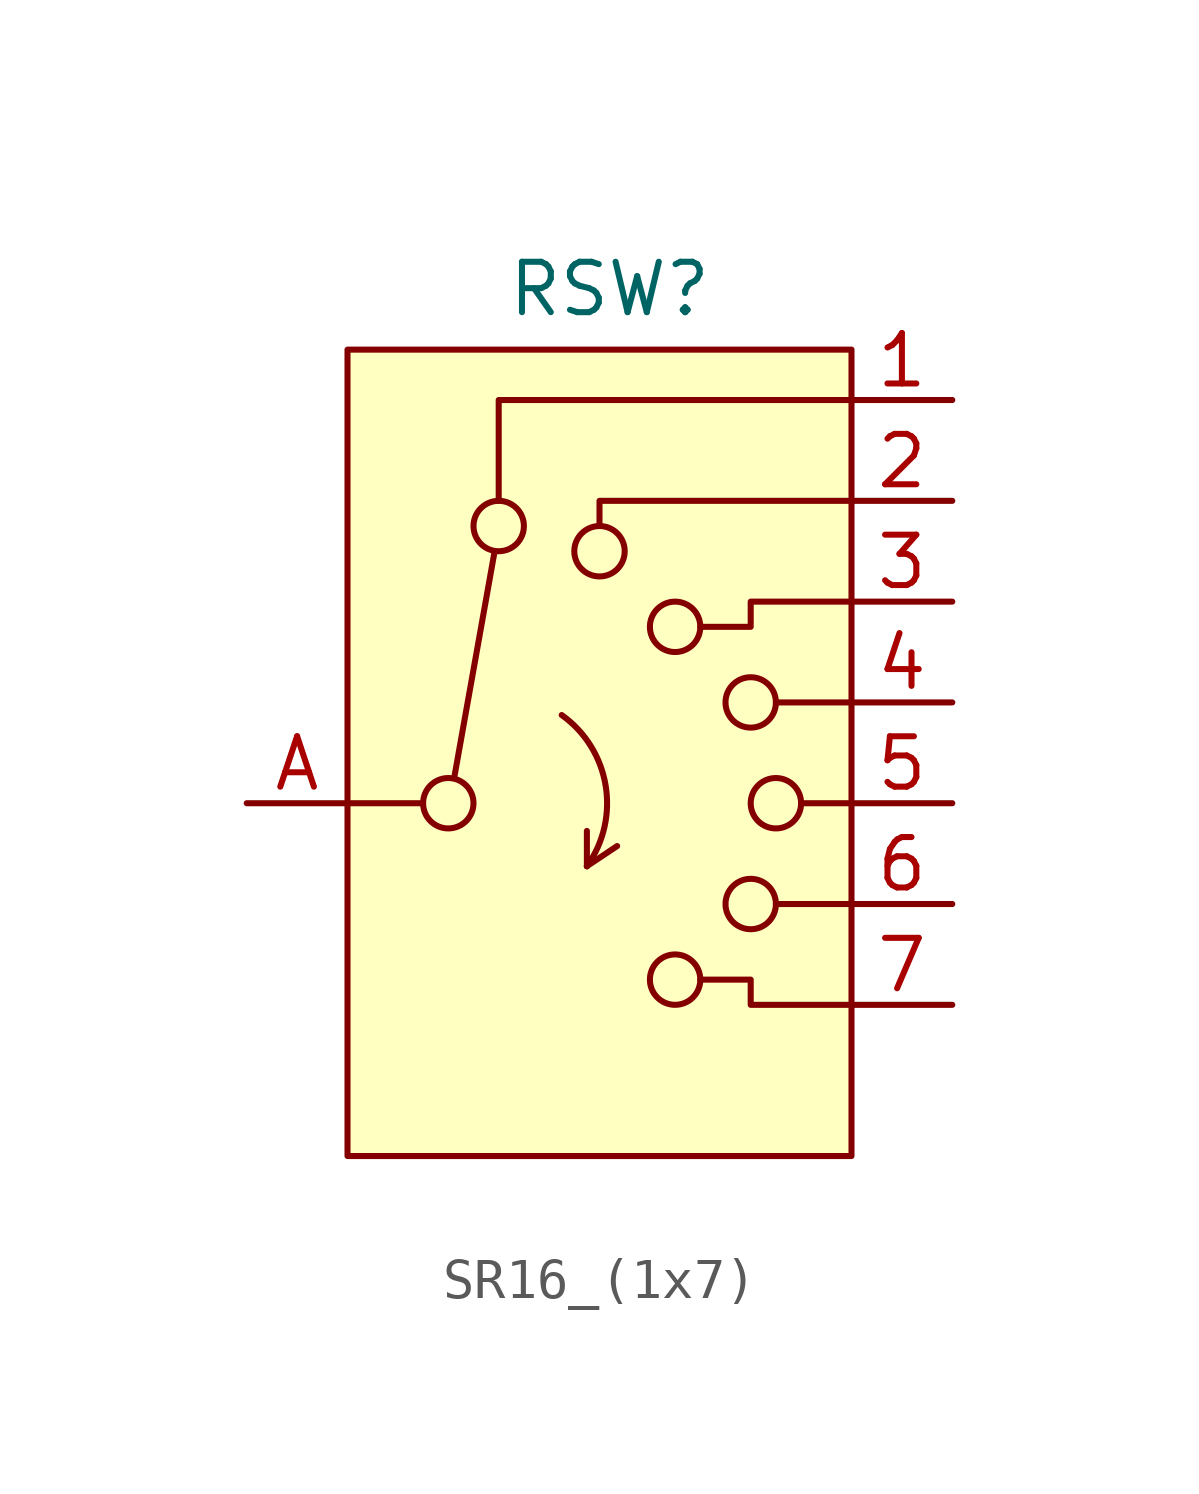
<source format=kicad_sym>
(kicad_symbol_lib
  (version 20231120)
  (generator "kicad_symbol_editor")
  (generator_version "8.0")
  (symbol "SR16_(1x7)"
    (property "Reference" "RSW"
      (at 0.254 11.684 0)
      (effects (font (size 1.27 1.27))))
    (property "Value" ""
      (at 0 0 0)
      (effects (font (size 1.27 1.27))))
    (symbol "SR16_(1x7)_0_1"
      (circle (center -3.81 -1.27) (radius 0.635) (stroke (width 0) (type default)) (fill (type none)))
      (circle (center -2.54 5.715) (radius 0.635) (stroke (width 0) (type default)) (fill (type none)))
      (arc (start -0.3176 -2.8575) (mid 0.154 -0.821) (end -0.9526 0.9525) (stroke (width 0) (type default)) (fill (type none)))
      (polyline (pts (xy -6.35 -1.27) (xy -4.445 -1.27)) (stroke (width 0) (type default)) (fill (type none)))
      (polyline (pts (xy -3.658 -0.61) (xy -2.642 5.08)) (stroke (width 0) (type default)) (fill (type none)))
      (polyline (pts (xy -0.318 -2.857) (xy -0.318 -2.857)) (stroke (width 0) (type default)) (fill (type none)))
      (polyline (pts (xy -0.318 -2.857) (xy -0.318 -1.968)) (stroke (width 0) (type default)) (fill (type none)))
      (polyline (pts (xy -0.318 -2.857) (xy 0.444 -2.349)) (stroke (width 0) (type default)) (fill (type none)))
      (polyline (pts (xy 6.35 -3.81) (xy 4.445 -3.81)) (stroke (width 0) (type default)) (fill (type none)))
      (polyline (pts (xy 6.35 -1.27) (xy 5.08 -1.27)) (stroke (width 0) (type default)) (fill (type none)))
      (polyline (pts (xy 6.35 1.27) (xy 4.445 1.27)) (stroke (width 0) (type default)) (fill (type none)))
      (polyline (pts (xy 6.35 -6.35) (xy 3.81 -6.35) (xy 3.81 -5.715) (xy 2.54 -5.715)) (stroke (width 0) (type default)) (fill (type none)))
      (polyline (pts (xy 6.35 3.81) (xy 3.81 3.81) (xy 3.81 3.175) (xy 2.54 3.175)) (stroke (width 0) (type default)) (fill (type none)))
      (polyline (pts (xy 6.35 6.35) (xy 0 6.35) (xy 0 6.35) (xy 0 5.715)) (stroke (width 0) (type default)) (fill (type none)))
      (circle (center 0 5.08) (radius 0.635) (stroke (width 0) (type default)) (fill (type none)))
      (circle (center 1.905 -5.715) (radius 0.635) (stroke (width 0) (type default)) (fill (type none)))
      (circle (center 1.905 3.175) (radius 0.635) (stroke (width 0) (type default)) (fill (type none)))
      (circle (center 3.81 -3.81) (radius 0.635) (stroke (width 0) (type default)) (fill (type none)))
      (circle (center 3.81 1.27) (radius 0.635) (stroke (width 0) (type default)) (fill (type none)))
      (circle (center 4.445 -1.27) (radius 0.635) (stroke (width 0) (type default)) (fill (type none))))
    (symbol "SR16_(1x7)_1_1"
      (polyline (pts (xy 6.35 8.89) (xy -2.54 8.89) (xy -2.54 6.35)) (stroke (width 0) (type default)) (fill (type none)))
      (polyline (pts (xy -6.35 10.16) (xy 6.35 10.16) (xy 6.35 -10.16) (xy -6.35 -10.16) (xy -6.35 10.16) (xy -6.35 10.16)) (stroke (width 0) (type default)) (fill (type background)))
      (pin passive line (at 8.89 8.89 180) (length 2.54) (name "" (effects (font (size 1.27 1.27)))) (number "1" (effects (font (size 1.27 1.27)))))
      (pin passive line (at 8.89 6.35 180) (length 2.54) (name "" (effects (font (size 1.27 1.27)))) (number "2" (effects (font (size 1.27 1.27)))))
      (pin passive line (at 8.89 3.81 180) (length 2.54) (name "" (effects (font (size 1.27 1.27)))) (number "3" (effects (font (size 1.27 1.27)))))
      (pin passive line (at 8.89 1.27 180) (length 2.54) (name "" (effects (font (size 1.27 1.27)))) (number "4" (effects (font (size 1.27 1.27)))))
      (pin passive line (at 8.89 -1.27 180) (length 2.54) (name "" (effects (font (size 1.27 1.27)))) (number "5" (effects (font (size 1.27 1.27)))))
      (pin passive line (at 8.89 -3.81 180) (length 2.54) (name "" (effects (font (size 1.27 1.27)))) (number "6" (effects (font (size 1.27 1.27)))))
      (pin passive line (at 8.89 -6.35 180) (length 2.54) (name "" (effects (font (size 1.27 1.27)))) (number "7" (effects (font (size 1.27 1.27)))))
      (pin passive line (at -8.89 -1.27 0) (length 2.54) (name "" (effects (font (size 1.27 1.27)))) (number "A" (effects (font (size 1.27 1.27))))))))
</source>
